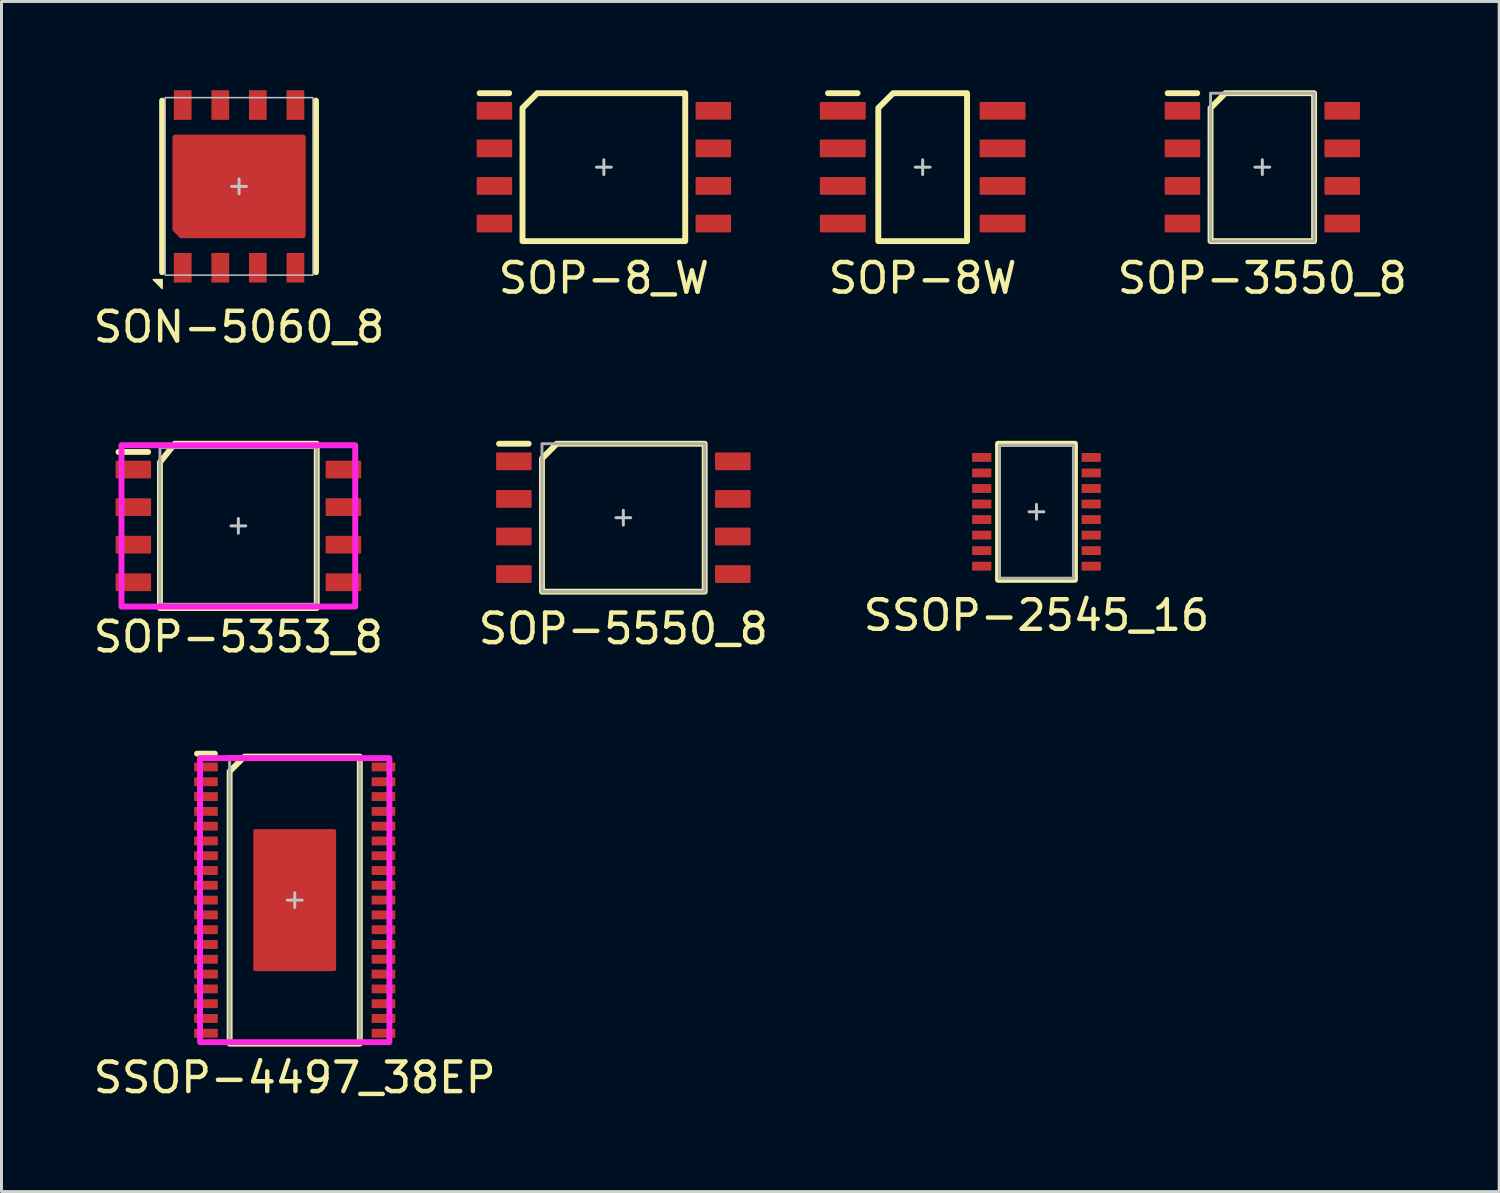
<source format=kicad_pcb>
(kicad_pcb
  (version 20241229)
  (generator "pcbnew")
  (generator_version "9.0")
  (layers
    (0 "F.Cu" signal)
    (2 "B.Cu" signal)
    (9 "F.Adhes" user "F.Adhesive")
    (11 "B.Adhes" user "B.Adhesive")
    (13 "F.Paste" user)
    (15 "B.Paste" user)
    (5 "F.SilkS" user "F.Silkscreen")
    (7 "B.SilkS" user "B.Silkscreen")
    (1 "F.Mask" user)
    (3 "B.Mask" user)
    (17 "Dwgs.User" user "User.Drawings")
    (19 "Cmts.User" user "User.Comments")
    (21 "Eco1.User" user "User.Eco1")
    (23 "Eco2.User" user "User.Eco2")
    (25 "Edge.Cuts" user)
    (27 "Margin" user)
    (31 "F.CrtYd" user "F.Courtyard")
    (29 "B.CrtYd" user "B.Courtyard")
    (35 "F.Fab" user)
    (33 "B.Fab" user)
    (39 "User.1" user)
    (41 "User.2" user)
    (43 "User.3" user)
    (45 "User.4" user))
  (footprint "SOP-8_W"
    (layer "F.Cu")
    (at 17.36 2.6)
    (property "Reference" "SOP-8_W" (at 0 3.75 0) (unlocked yes) (layer "F.SilkS") (effects (font (size 1 1) (thickness 0.15))))
    (attr smd)
    (fp_line (start -4.2 -2.5) (end -3.2 -2.5) (stroke (width 0.2) (type solid)) (layer "F.SilkS"))
    (fp_poly (pts (xy 2.75 2.5) (xy -2.75 2.5) (xy -2.75 -2) (xy -2.25 -2.5) (xy 2.75 -2.5)) (stroke (width 0.2) (type solid)) (fill no) (layer "F.SilkS"))
    (fp_line (start -0.25 0) (end 0.25 0) (stroke (width 0.1) (type solid)) (layer "Dwgs.User"))
    (fp_line (start 0 0.25) (end 0 -0.25) (stroke (width 0.1) (type solid)) (layer "Dwgs.User"))
    (pad "1" smd roundrect (at -3.7 -1.905) (size 1.2 0.6) (layers "F.Cu" "F.Mask" "F.Paste") (roundrect_rratio 0.05))
    (pad "2" smd roundrect (at -3.7 -0.635) (size 1.2 0.6) (layers "F.Cu" "F.Mask" "F.Paste") (roundrect_rratio 0.05))
    (pad "3" smd roundrect (at -3.7 0.635) (size 1.2 0.6) (layers "F.Cu" "F.Mask" "F.Paste") (roundrect_rratio 0.05))
    (pad "4" smd roundrect (at -3.7 1.905) (size 1.2 0.6) (layers "F.Cu" "F.Mask" "F.Paste") (roundrect_rratio 0.05))
    (pad "5" smd roundrect (at 3.7 1.905) (size 1.2 0.6) (layers "F.Cu" "F.Mask" "F.Paste") (roundrect_rratio 0.05))
    (pad "6" smd roundrect (at 3.7 0.635) (size 1.2 0.6) (layers "F.Cu" "F.Mask" "F.Paste") (roundrect_rratio 0.05))
    (pad "7" smd roundrect (at 3.7 -0.635) (size 1.2 0.6) (layers "F.Cu" "F.Mask" "F.Paste") (roundrect_rratio 0.05))
    (pad "8" smd roundrect (at 3.7 -1.905) (size 1.2 0.6) (layers "F.Cu" "F.Mask" "F.Paste") (roundrect_rratio 0.05)))
  (footprint "SOP-8W"
    (layer "F.Cu")
    (at 28.135 2.6)
    (property "Reference" "SOP-8W" (at 0 3.75 0) (unlocked yes) (layer "F.SilkS") (effects (font (size 1 1) (thickness 0.15))))
    (attr smd)
    (fp_line (start -3.2 -2.5) (end -2.2 -2.5) (stroke (width 0.2) (type solid)) (layer "F.SilkS"))
    (fp_poly (pts (xy 1.5 2.5) (xy -1.5 2.5) (xy -1.5 -2) (xy -1 -2.5) (xy 1.5 -2.5)) (stroke (width 0.2) (type solid)) (fill no) (layer "F.SilkS"))
    (fp_line (start -0.25 0) (end 0.25 0) (stroke (width 0.1) (type solid)) (layer "Dwgs.User"))
    (fp_line (start 0 0.25) (end 0 -0.25) (stroke (width 0.1) (type solid)) (layer "Dwgs.User"))
    (pad "1" smd roundrect (at -2.7 -1.905) (size 1.55 0.6) (layers "F.Cu" "F.Mask" "F.Paste") (roundrect_rratio 0.05))
    (pad "2" smd roundrect (at -2.7 -0.635) (size 1.55 0.6) (layers "F.Cu" "F.Mask" "F.Paste") (roundrect_rratio 0.05))
    (pad "3" smd roundrect (at -2.7 0.635) (size 1.55 0.6) (layers "F.Cu" "F.Mask" "F.Paste") (roundrect_rratio 0.05))
    (pad "4" smd roundrect (at -2.7 1.905) (size 1.55 0.6) (layers "F.Cu" "F.Mask" "F.Paste") (roundrect_rratio 0.05))
    (pad "5" smd roundrect (at 2.7 1.905) (size 1.55 0.6) (layers "F.Cu" "F.Mask" "F.Paste") (roundrect_rratio 0.05))
    (pad "6" smd roundrect (at 2.7 0.635) (size 1.55 0.6) (layers "F.Cu" "F.Mask" "F.Paste") (roundrect_rratio 0.05))
    (pad "7" smd roundrect (at 2.7 -0.635) (size 1.55 0.6) (layers "F.Cu" "F.Mask" "F.Paste") (roundrect_rratio 0.05))
    (pad "8" smd roundrect (at 2.7 -1.905) (size 1.55 0.6) (layers "F.Cu" "F.Mask" "F.Paste") (roundrect_rratio 0.05)))
  (footprint "SOP-3550_8"
    (layer "F.Cu")
    (at 39.615 2.6)
    (property "Reference" "SOP-3550_8" (at 0 3.75 0) (unlocked yes) (layer "F.SilkS") (effects (font (size 1 1) (thickness 0.15))))
    (attr smd)
    (fp_line (start -3.2 -2.5) (end -2.2 -2.5) (stroke (width 0.2) (type solid)) (layer "F.SilkS"))
    (fp_poly (pts (xy 1.75 2.5) (xy -1.75 2.5) (xy -1.75 -2) (xy -1.25 -2.5) (xy 1.75 -2.5)) (stroke (width 0.2) (type solid)) (fill no) (layer "F.SilkS"))
    (fp_line (start -0.25 0) (end 0.25 0) (stroke (width 0.1) (type solid)) (layer "Dwgs.User"))
    (fp_line (start 0 0.25) (end 0 -0.25) (stroke (width 0.1) (type solid)) (layer "Dwgs.User"))
    (fp_rect (start -1.75 -2.5) (end 1.75 2.5) (stroke (width 0.1) (type solid)) (fill no) (layer "F.Fab"))
    (pad "1" smd roundrect (at -2.7 -1.905) (size 1.2 0.6) (layers "F.Cu" "F.Mask" "F.Paste") (roundrect_rratio 0.05))
    (pad "2" smd roundrect (at -2.7 -0.635) (size 1.2 0.6) (layers "F.Cu" "F.Mask" "F.Paste") (roundrect_rratio 0.05))
    (pad "3" smd roundrect (at -2.7 0.635) (size 1.2 0.6) (layers "F.Cu" "F.Mask" "F.Paste") (roundrect_rratio 0.05))
    (pad "4" smd roundrect (at -2.7 1.905) (size 1.2 0.6) (layers "F.Cu" "F.Mask" "F.Paste") (roundrect_rratio 0.05))
    (pad "5" smd roundrect (at 2.7 1.905) (size 1.2 0.6) (layers "F.Cu" "F.Mask" "F.Paste") (roundrect_rratio 0.05))
    (pad "6" smd roundrect (at 2.7 0.635) (size 1.2 0.6) (layers "F.Cu" "F.Mask" "F.Paste") (roundrect_rratio 0.05))
    (pad "7" smd roundrect (at 2.7 -0.635) (size 1.2 0.6) (layers "F.Cu" "F.Mask" "F.Paste") (roundrect_rratio 0.05))
    (pad "8" smd roundrect (at 2.7 -1.905) (size 1.2 0.6) (layers "F.Cu" "F.Mask" "F.Paste") (roundrect_rratio 0.05)))
  (footprint "SSOP-2545_16"
    (layer "F.Cu")
    (at 31.982 14.248)
    (property "Reference" "SSOP-2545_16" (at 0 3.5 0) (unlocked yes) (layer "F.SilkS") (effects (font (size 1 1) (thickness 0.15))))
    (attr smd)
    (fp_rect (start -1.3 -2.3) (end 1.3 2.3) (stroke (width 0.2) (type solid)) (fill no) (layer "F.SilkS"))
    (fp_line (start -0.25 0) (end 0.25 0) (stroke (width 0.1) (type solid)) (layer "Dwgs.User"))
    (fp_line (start 0 0.25) (end 0 -0.25) (stroke (width 0.1) (type solid)) (layer "Dwgs.User"))
    (fp_rect (start -1.25 -2.25) (end 1.25 2.25) (stroke (width 0.1) (type solid)) (fill no) (layer "F.Fab"))
    (pad "1" smd roundrect (at -1.85 -1.837) (size 0.65 0.3) (layers "F.Cu" "F.Mask" "F.Paste") (roundrect_rratio 0.05))
    (pad "2" smd roundrect (at -1.85 -1.312) (size 0.65 0.3) (layers "F.Cu" "F.Mask" "F.Paste") (roundrect_rratio 0.05))
    (pad "3" smd roundrect (at -1.85 -0.787) (size 0.65 0.3) (layers "F.Cu" "F.Mask" "F.Paste") (roundrect_rratio 0.05))
    (pad "4" smd roundrect (at -1.85 -0.263) (size 0.65 0.3) (layers "F.Cu" "F.Mask" "F.Paste") (roundrect_rratio 0.05))
    (pad "5" smd roundrect (at -1.85 0.263) (size 0.65 0.3) (layers "F.Cu" "F.Mask" "F.Paste") (roundrect_rratio 0.05))
    (pad "6" smd roundrect (at -1.85 0.787) (size 0.65 0.3) (layers "F.Cu" "F.Mask" "F.Paste") (roundrect_rratio 0.05))
    (pad "7" smd roundrect (at -1.85 1.312) (size 0.65 0.3) (layers "F.Cu" "F.Mask" "F.Paste") (roundrect_rratio 0.05))
    (pad "8" smd roundrect (at -1.85 1.837) (size 0.65 0.3) (layers "F.Cu" "F.Mask" "F.Paste") (roundrect_rratio 0.05))
    (pad "9" smd roundrect (at 1.85 1.837) (size 0.65 0.3) (layers "F.Cu" "F.Mask" "F.Paste") (roundrect_rratio 0.05))
    (pad "10" smd roundrect (at 1.85 1.312) (size 0.65 0.3) (layers "F.Cu" "F.Mask" "F.Paste") (roundrect_rratio 0.05))
    (pad "11" smd roundrect (at 1.85 0.787) (size 0.65 0.3) (layers "F.Cu" "F.Mask" "F.Paste") (roundrect_rratio 0.05))
    (pad "12" smd roundrect (at 1.85 0.263) (size 0.65 0.3) (layers "F.Cu" "F.Mask" "F.Paste") (roundrect_rratio 0.05))
    (pad "13" smd roundrect (at 1.85 -0.263) (size 0.65 0.3) (layers "F.Cu" "F.Mask" "F.Paste") (roundrect_rratio 0.05))
    (pad "14" smd roundrect (at 1.85 -0.787) (size 0.65 0.3) (layers "F.Cu" "F.Mask" "F.Paste") (roundrect_rratio 0.05))
    (pad "15" smd roundrect (at 1.85 -1.312) (size 0.65 0.3) (layers "F.Cu" "F.Mask" "F.Paste") (roundrect_rratio 0.05))
    (pad "16" smd roundrect (at 1.85 -1.837) (size 0.65 0.3) (layers "F.Cu" "F.Mask" "F.Paste") (roundrect_rratio 0.05)))
  (footprint "SOP-5353_8"
    (layer "F.Cu")
    (at 5.006 14.725)
    (property "Reference" "SOP-5353_8" (at 0 3.75 0) (unlocked yes) (layer "F.SilkS") (effects (font (size 1 1) (thickness 0.15))))
    (attr smd)
    (fp_line (start -4.05 -2.5) (end -3.05 -2.5) (stroke (width 0.2) (type solid)) (layer "F.SilkS"))
    (fp_poly (pts (xy 2.65 2.777) (xy -2.65 2.777) (xy -2.65 -2.15) (xy -2.15 -2.777) (xy 2.65 -2.777)) (stroke (width 0.2) (type solid)) (fill no) (layer "F.SilkS"))
    (fp_line (start -0.25 0) (end 0.25 0) (stroke (width 0.1) (type solid)) (layer "Dwgs.User"))
    (fp_line (start 0 0.25) (end 0 -0.25) (stroke (width 0.1) (type solid)) (layer "Dwgs.User"))
    (fp_rect (start -3.95 -2.727) (end 3.95 2.727) (stroke (width 0.2) (type solid)) (fill no) (layer "F.CrtYd"))
    (fp_rect (start -2.65 -2.65) (end 2.65 2.65) (stroke (width 0.1) (type solid)) (fill no) (layer "F.Fab"))
    (pad "1" smd roundrect (at -3.55 -1.905) (size 1.2 0.6) (layers "F.Cu" "F.Mask" "F.Paste") (roundrect_rratio 0.05))
    (pad "2" smd roundrect (at -3.55 -0.635) (size 1.2 0.6) (layers "F.Cu" "F.Mask" "F.Paste") (roundrect_rratio 0.05))
    (pad "3" smd roundrect (at -3.55 0.635) (size 1.2 0.6) (layers "F.Cu" "F.Mask" "F.Paste") (roundrect_rratio 0.05))
    (pad "4" smd roundrect (at -3.55 1.905) (size 1.2 0.6) (layers "F.Cu" "F.Mask" "F.Paste") (roundrect_rratio 0.05))
    (pad "5" smd roundrect (at 3.55 1.905) (size 1.2 0.6) (layers "F.Cu" "F.Mask" "F.Paste") (roundrect_rratio 0.05))
    (pad "6" smd roundrect (at 3.55 0.635) (size 1.2 0.6) (layers "F.Cu" "F.Mask" "F.Paste") (roundrect_rratio 0.05))
    (pad "7" smd roundrect (at 3.55 -0.635) (size 1.2 0.6) (layers "F.Cu" "F.Mask" "F.Paste") (roundrect_rratio 0.05))
    (pad "8" smd roundrect (at 3.55 -1.905) (size 1.2 0.6) (layers "F.Cu" "F.Mask" "F.Paste") (roundrect_rratio 0.05)))
  (footprint "SOP-5550_8"
    (layer "F.Cu")
    (at 18.018 14.448)
    (property "Reference" "SOP-5550_8" (at 0 3.75 0) (unlocked yes) (layer "F.SilkS") (effects (font (size 1 1) (thickness 0.15))))
    (attr smd)
    (fp_line (start -4.2 -2.5) (end -3.2 -2.5) (stroke (width 0.2) (type solid)) (layer "F.SilkS"))
    (fp_poly (pts (xy 2.75 2.5) (xy -2.75 2.5) (xy -2.75 -2) (xy -2.25 -2.5) (xy 2.75 -2.5)) (stroke (width 0.2) (type solid)) (fill no) (layer "F.SilkS"))
    (fp_line (start -0.25 0) (end 0.25 0) (stroke (width 0.1) (type solid)) (layer "Dwgs.User"))
    (fp_line (start 0 0.25) (end 0 -0.25) (stroke (width 0.1) (type solid)) (layer "Dwgs.User"))
    (fp_rect (start -2.75 -2.5) (end 2.75 2.5) (stroke (width 0.1) (type solid)) (fill no) (layer "F.Fab"))
    (pad "1" smd roundrect (at -3.7 -1.905) (size 1.2 0.6) (layers "F.Cu" "F.Mask" "F.Paste") (roundrect_rratio 0.05))
    (pad "2" smd roundrect (at -3.7 -0.635) (size 1.2 0.6) (layers "F.Cu" "F.Mask" "F.Paste") (roundrect_rratio 0.05))
    (pad "3" smd roundrect (at -3.7 0.635) (size 1.2 0.6) (layers "F.Cu" "F.Mask" "F.Paste") (roundrect_rratio 0.05))
    (pad "4" smd roundrect (at -3.7 1.905) (size 1.2 0.6) (layers "F.Cu" "F.Mask" "F.Paste") (roundrect_rratio 0.05))
    (pad "5" smd roundrect (at 3.7 1.905) (size 1.2 0.6) (layers "F.Cu" "F.Mask" "F.Paste") (roundrect_rratio 0.05))
    (pad "6" smd roundrect (at 3.7 0.635) (size 1.2 0.6) (layers "F.Cu" "F.Mask" "F.Paste") (roundrect_rratio 0.05))
    (pad "7" smd roundrect (at 3.7 -0.635) (size 1.2 0.6) (layers "F.Cu" "F.Mask" "F.Paste") (roundrect_rratio 0.05))
    (pad "8" smd roundrect (at 3.7 -1.905) (size 1.2 0.6) (layers "F.Cu" "F.Mask" "F.Paste") (roundrect_rratio 0.05)))
  (footprint "SON-5060_8"
    (layer "F.Cu")
    (at 5.03 3.25)
    (property "Reference" "SON-5060_8" (at 0 4.75 0) (unlocked yes) (layer "F.SilkS") (effects (font (size 1 1) (thickness 0.15))))
    (attr smd)
    (fp_line (start -2.6 -2.9) (end -2.6 2.9) (stroke (width 0.2) (type solid)) (layer "F.SilkS"))
    (fp_line (start 2.6 -2.9) (end 2.6 2.9) (stroke (width 0.2) (type solid)) (layer "F.SilkS"))
    (fp_poly (pts (xy -2.9 3.15) (xy -2.6 3.15) (xy -2.6 3.45)) (stroke (width 0.05) (type solid)) (fill yes) (layer "F.SilkS"))
    (fp_rect (start -2 -1.5) (end -0.25 -0.25) (stroke (width 0) (type solid)) (fill yes) (layer "F.Paste"))
    (fp_rect (start 0.25 -1.5) (end 2 -0.25) (stroke (width 0) (type solid)) (fill yes) (layer "F.Paste"))
    (fp_rect (start 0.25 0.25) (end 2 1.5) (stroke (width 0) (type solid)) (fill yes) (layer "F.Paste"))
    (fp_poly (pts (xy -0.25 1.5) (xy -1.75 1.5) (xy -2 1.25) (xy -2 0.25) (xy -0.25 0.25)) (stroke (width 0) (type solid)) (fill yes) (layer "F.Paste"))
    (fp_line (start -0.25 0) (end 0.25 0) (stroke (width 0.1) (type solid)) (layer "Dwgs.User"))
    (fp_line (start 0 -0.25) (end 0 0.25) (stroke (width 0.1) (type solid)) (layer "Dwgs.User"))
    (fp_rect (start -2.5 -3) (end 2.5 3) (stroke (width 0.05) (type solid)) (fill no) (layer "Dwgs.User"))
    (pad "1" smd rect (at -1.905 2.75) (size 0.6 1) (layers "F.Cu" "F.Mask" "F.Paste"))
    (pad "2" smd rect (at -0.635 2.75) (size 0.6 1) (layers "F.Cu" "F.Mask" "F.Paste"))
    (pad "3" smd rect (at 0.635 2.75) (size 0.6 1) (layers "F.Cu" "F.Mask" "F.Paste"))
    (pad "4" smd rect (at 1.905 2.75) (size 0.6 1) (layers "F.Cu" "F.Mask" "F.Paste"))
    (pad "5" smd rect (at 1.905 -2.75) (size 0.6 1) (layers "F.Cu" "F.Mask" "F.Paste"))
    (pad "6" smd rect (at 0.635 -2.75) (size 0.6 1) (layers "F.Cu" "F.Mask" "F.Paste"))
    (pad "7" smd rect (at -0.635 -2.75) (size 0.6 1) (layers "F.Cu" "F.Mask" "F.Paste"))
    (pad "8" smd rect (at -1.905 -2.75) (size 0.6 1) (layers "F.Cu" "F.Mask" "F.Paste"))
    (pad "9" smd roundrect (at 0 0) (size 4.5 3.5) (layers "F.Cu" "F.Mask") (roundrect_rratio 0.025) (chamfer_ratio 0.075) (chamfer bottom_left)))
  (footprint "SSOP-4497_38EP"
    (layer "F.Cu")
    (at 6.911 27.373)
    (property "Reference" "SSOP-4497_38EP" (at 0 6 0) (unlocked yes) (layer "F.SilkS") (effects (font (size 1 1) (thickness 0.15))))
    (attr smd)
    (fp_line (start -2.7 -4.95) (end -3.3 -4.95) (stroke (width 0.2) (type solid)) (layer "F.SilkS"))
    (fp_poly (pts (xy 2.2 4.85) (xy -2.2 4.85) (xy -2.2 -4.35) (xy -1.7 -4.85) (xy 2.2 -4.85)) (stroke (width 0.2) (type solid)) (fill no) (layer "F.SilkS"))
    (fp_rect (start -1.25 -2.25) (end -0.15 -1.35) (stroke (width 0) (type solid)) (fill yes) (layer "F.Paste"))
    (fp_rect (start -1.25 -1.05) (end -0.15 -0.15) (stroke (width 0) (type solid)) (fill yes) (layer "F.Paste"))
    (fp_rect (start -1.25 0.15) (end -0.15 1.05) (stroke (width 0) (type solid)) (fill yes) (layer "F.Paste"))
    (fp_rect (start -1.25 1.35) (end -0.15 2.25) (stroke (width 0) (type solid)) (fill yes) (layer "F.Paste"))
    (fp_rect (start 0.15 -2.25) (end 1.25 -1.35) (stroke (width 0) (type solid)) (fill yes) (layer "F.Paste"))
    (fp_rect (start 0.15 -1.05) (end 1.25 -0.15) (stroke (width 0) (type solid)) (fill yes) (layer "F.Paste"))
    (fp_rect (start 0.15 0.15) (end 1.25 1.05) (stroke (width 0) (type solid)) (fill yes) (layer "F.Paste"))
    (fp_rect (start 0.15 1.35) (end 1.25 2.25) (stroke (width 0) (type solid)) (fill yes) (layer "F.Paste"))
    (fp_line (start -0.25 0) (end 0.25 0) (stroke (width 0.1) (type solid)) (layer "Dwgs.User"))
    (fp_line (start 0 0.25) (end 0 -0.25) (stroke (width 0.1) (type solid)) (layer "Dwgs.User"))
    (fp_rect (start -3.2 -4.8) (end 3.2 4.8) (stroke (width 0.2) (type solid)) (fill no) (layer "F.CrtYd"))
    (fp_rect (start -2.2 -4.85) (end 2.2 4.85) (stroke (width 0.1) (type solid)) (fill no) (layer "F.Fab"))
    (pad "1" smd roundrect (at -3 -4.5) (size 0.8 0.3) (layers "F.Cu" "F.Mask" "F.Paste") (roundrect_rratio 0.05))
    (pad "2" smd roundrect (at -3 -4) (size 0.8 0.3) (layers "F.Cu" "F.Mask" "F.Paste") (roundrect_rratio 0.05))
    (pad "3" smd roundrect (at -3 -3.5) (size 0.8 0.3) (layers "F.Cu" "F.Mask" "F.Paste") (roundrect_rratio 0.05))
    (pad "4" smd roundrect (at -3 -3) (size 0.8 0.3) (layers "F.Cu" "F.Mask" "F.Paste") (roundrect_rratio 0.05))
    (pad "5" smd roundrect (at -3 -2.5) (size 0.8 0.3) (layers "F.Cu" "F.Mask" "F.Paste") (roundrect_rratio 0.05))
    (pad "6" smd roundrect (at -3 -2) (size 0.8 0.3) (layers "F.Cu" "F.Mask" "F.Paste") (roundrect_rratio 0.05))
    (pad "7" smd roundrect (at -3 -1.5) (size 0.8 0.3) (layers "F.Cu" "F.Mask" "F.Paste") (roundrect_rratio 0.05))
    (pad "8" smd roundrect (at -3 -1) (size 0.8 0.3) (layers "F.Cu" "F.Mask" "F.Paste") (roundrect_rratio 0.05))
    (pad "9" smd roundrect (at -3 -0.5) (size 0.8 0.3) (layers "F.Cu" "F.Mask" "F.Paste") (roundrect_rratio 0.05))
    (pad "10" smd roundrect (at -3 0) (size 0.8 0.3) (layers "F.Cu" "F.Mask" "F.Paste") (roundrect_rratio 0.05))
    (pad "11" smd roundrect (at -3 0.5) (size 0.8 0.3) (layers "F.Cu" "F.Mask" "F.Paste") (roundrect_rratio 0.05))
    (pad "12" smd roundrect (at -3 1) (size 0.8 0.3) (layers "F.Cu" "F.Mask" "F.Paste") (roundrect_rratio 0.05))
    (pad "13" smd roundrect (at -3 1.5) (size 0.8 0.3) (layers "F.Cu" "F.Mask" "F.Paste") (roundrect_rratio 0.05))
    (pad "14" smd roundrect (at -3 2) (size 0.8 0.3) (layers "F.Cu" "F.Mask" "F.Paste") (roundrect_rratio 0.05))
    (pad "15" smd roundrect (at -3 2.5) (size 0.8 0.3) (layers "F.Cu" "F.Mask" "F.Paste") (roundrect_rratio 0.05))
    (pad "16" smd roundrect (at -3 3) (size 0.8 0.3) (layers "F.Cu" "F.Mask" "F.Paste") (roundrect_rratio 0.05))
    (pad "17" smd roundrect (at -3 3.5) (size 0.8 0.3) (layers "F.Cu" "F.Mask" "F.Paste") (roundrect_rratio 0.05))
    (pad "18" smd roundrect (at -3 4) (size 0.8 0.3) (layers "F.Cu" "F.Mask" "F.Paste") (roundrect_rratio 0.05))
    (pad "19" smd roundrect (at -3 4.5) (size 0.8 0.3) (layers "F.Cu" "F.Mask" "F.Paste") (roundrect_rratio 0.05))
    (pad "20" smd roundrect (at 3 4.5) (size 0.8 0.3) (layers "F.Cu" "F.Mask" "F.Paste") (roundrect_rratio 0.05))
    (pad "21" smd roundrect (at 3 4) (size 0.8 0.3) (layers "F.Cu" "F.Mask" "F.Paste") (roundrect_rratio 0.05))
    (pad "22" smd roundrect (at 3 3.5) (size 0.8 0.3) (layers "F.Cu" "F.Mask" "F.Paste") (roundrect_rratio 0.05))
    (pad "23" smd roundrect (at 3 3) (size 0.8 0.3) (layers "F.Cu" "F.Mask" "F.Paste") (roundrect_rratio 0.05))
    (pad "24" smd roundrect (at 3 2.5) (size 0.8 0.3) (layers "F.Cu" "F.Mask" "F.Paste") (roundrect_rratio 0.05))
    (pad "25" smd roundrect (at 3 2) (size 0.8 0.3) (layers "F.Cu" "F.Mask" "F.Paste") (roundrect_rratio 0.05))
    (pad "26" smd roundrect (at 3 1.5) (size 0.8 0.3) (layers "F.Cu" "F.Mask" "F.Paste") (roundrect_rratio 0.05))
    (pad "27" smd roundrect (at 3 1) (size 0.8 0.3) (layers "F.Cu" "F.Mask" "F.Paste") (roundrect_rratio 0.05))
    (pad "28" smd roundrect (at 3 0.5) (size 0.8 0.3) (layers "F.Cu" "F.Mask" "F.Paste") (roundrect_rratio 0.05))
    (pad "29" smd roundrect (at 3 0) (size 0.8 0.3) (layers "F.Cu" "F.Mask" "F.Paste") (roundrect_rratio 0.05))
    (pad "30" smd roundrect (at 3 -0.5) (size 0.8 0.3) (layers "F.Cu" "F.Mask" "F.Paste") (roundrect_rratio 0.05))
    (pad "31" smd roundrect (at 3 -1) (size 0.8 0.3) (layers "F.Cu" "F.Mask" "F.Paste") (roundrect_rratio 0.05))
    (pad "32" smd roundrect (at 3 -1.5) (size 0.8 0.3) (layers "F.Cu" "F.Mask" "F.Paste") (roundrect_rratio 0.05))
    (pad "33" smd roundrect (at 3 -2) (size 0.8 0.3) (layers "F.Cu" "F.Mask" "F.Paste") (roundrect_rratio 0.05))
    (pad "34" smd roundrect (at 3 -2.5) (size 0.8 0.3) (layers "F.Cu" "F.Mask" "F.Paste") (roundrect_rratio 0.05))
    (pad "35" smd roundrect (at 3 -3) (size 0.8 0.3) (layers "F.Cu" "F.Mask" "F.Paste") (roundrect_rratio 0.05))
    (pad "36" smd roundrect (at 3 -3.5) (size 0.8 0.3) (layers "F.Cu" "F.Mask" "F.Paste") (roundrect_rratio 0.05))
    (pad "37" smd roundrect (at 3 -4) (size 0.8 0.3) (layers "F.Cu" "F.Mask" "F.Paste") (roundrect_rratio 0.05))
    (pad "38" smd roundrect (at 3 -4.5) (size 0.8 0.3) (layers "F.Cu" "F.Mask" "F.Paste") (roundrect_rratio 0.05))
    (pad "EP" smd roundrect (at 0 0 90) (size 4.8 2.8) (layers "F.Cu" "F.Mask") (roundrect_rratio 0.025)))
  (gr_rect
    (start -3 -3)
    (end 47.621 37.222)
    (stroke (width 0.1) (type default))
    (fill no)
    (layer "Edge.Cuts")))
</source>
